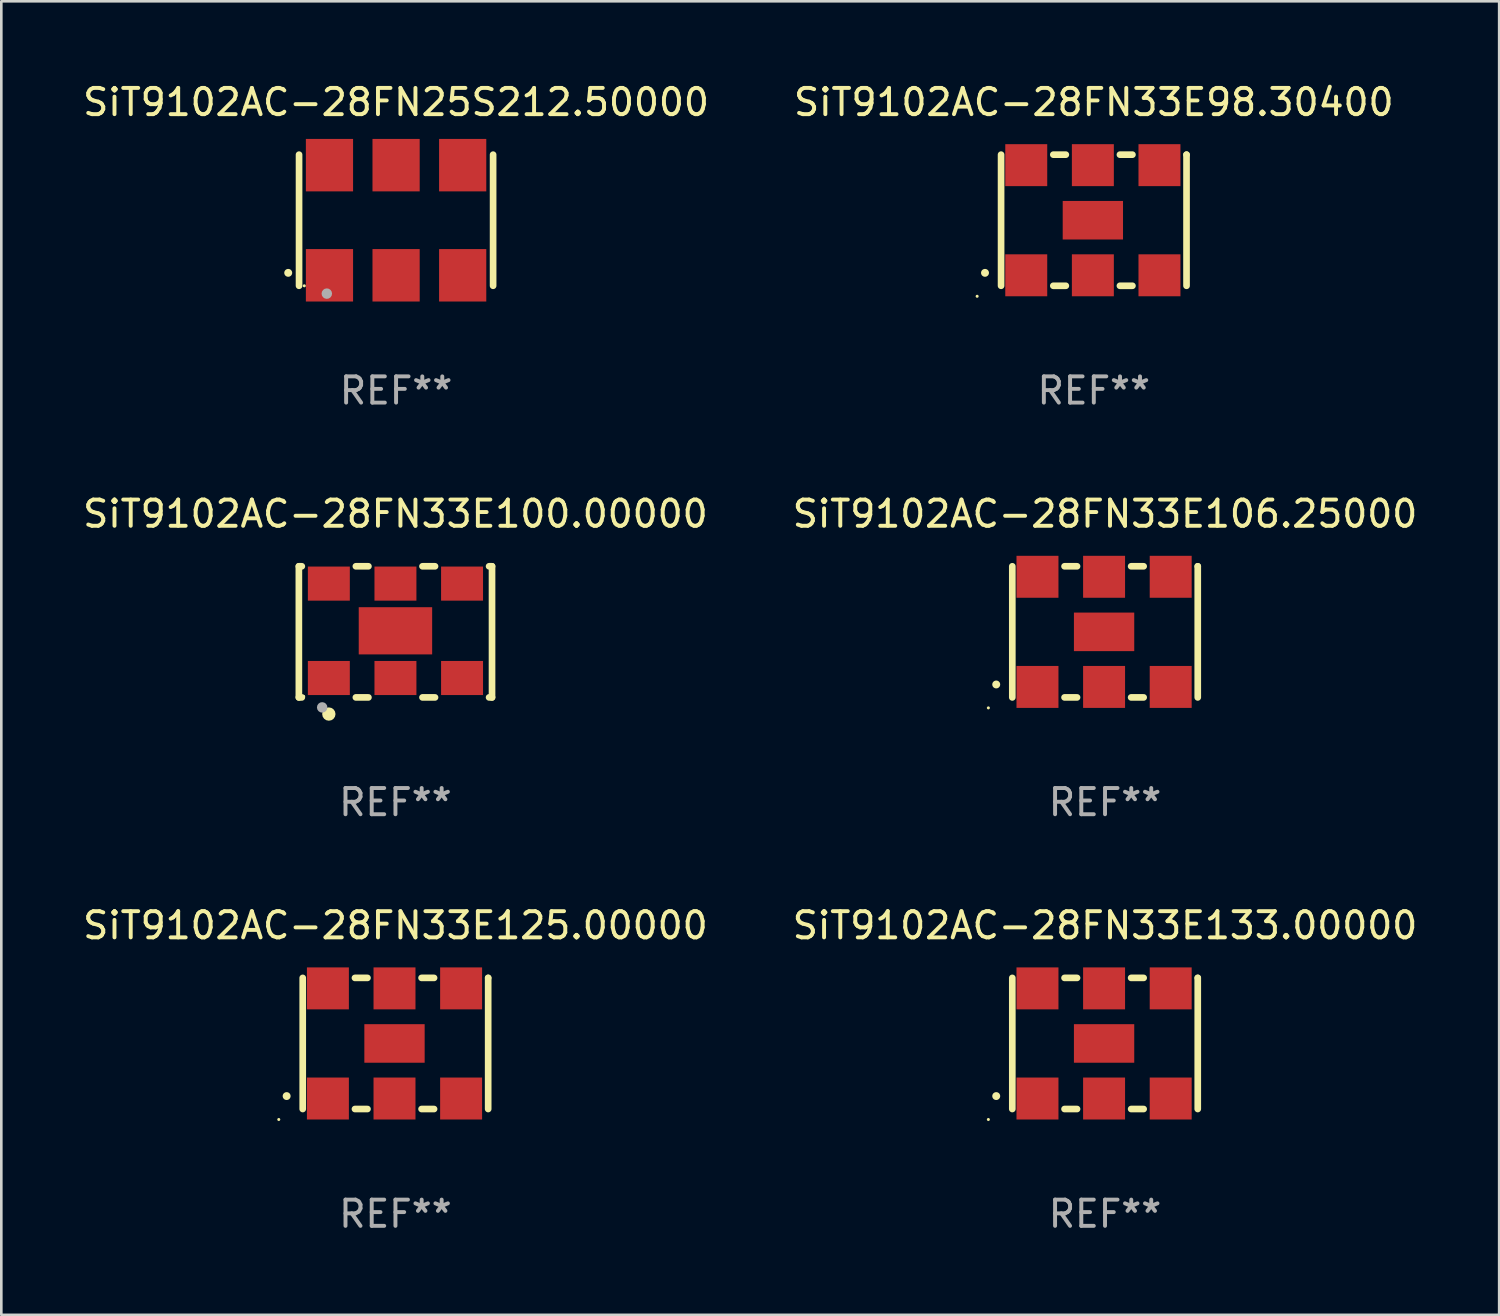
<source format=kicad_pcb>
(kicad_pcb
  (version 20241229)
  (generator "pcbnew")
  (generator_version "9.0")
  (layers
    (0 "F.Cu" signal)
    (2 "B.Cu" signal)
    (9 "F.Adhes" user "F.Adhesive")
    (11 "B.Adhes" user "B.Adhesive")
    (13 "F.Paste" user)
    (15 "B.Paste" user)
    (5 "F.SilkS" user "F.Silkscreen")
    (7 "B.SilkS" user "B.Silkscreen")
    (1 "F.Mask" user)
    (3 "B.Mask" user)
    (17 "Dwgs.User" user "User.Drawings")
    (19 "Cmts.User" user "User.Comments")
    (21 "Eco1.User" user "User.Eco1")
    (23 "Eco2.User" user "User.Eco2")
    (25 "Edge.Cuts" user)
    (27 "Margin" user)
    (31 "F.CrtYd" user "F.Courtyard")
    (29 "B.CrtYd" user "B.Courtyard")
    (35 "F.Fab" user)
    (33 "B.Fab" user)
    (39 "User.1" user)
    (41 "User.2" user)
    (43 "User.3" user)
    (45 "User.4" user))
  (footprint "SiT9102AC-28FN33E133.00000"
    (layer "F.Cu")
    (at 39.089 36.741)
    (property "Reference" "SiT9102AC-28FN33E133.00000" (at 0 -4.5 0) (layer "F.SilkS") (effects (font (size 1 1) (thickness 0.15))))
    (attr through_hole)
    (fp_line (start -3.536 -2.5) (end -3.536 2.5) (stroke (width 0.254) (type solid)) (layer "F.SilkS"))
    (fp_line (start -1.544 2.5) (end -1.067 2.5) (stroke (width 0.254) (type solid)) (layer "F.SilkS"))
    (fp_line (start -1.067 -2.5) (end -1.544 -2.5) (stroke (width 0.254) (type solid)) (layer "F.SilkS"))
    (fp_line (start 0.996 2.5) (end 1.473 2.5) (stroke (width 0.254) (type solid)) (layer "F.SilkS"))
    (fp_line (start 1.473 -2.5) (end 0.996 -2.5) (stroke (width 0.254) (type solid)) (layer "F.SilkS"))
    (fp_line (start 3.536 -2.5) (end 3.536 -2.5) (stroke (width 0.254) (type solid)) (layer "F.SilkS"))
    (fp_line (start 3.536 2.5) (end 3.536 -2.5) (stroke (width 0.254) (type solid)) (layer "F.SilkS"))
    (fp_arc (start -4.150432 2.006604) (mid -4.149162 2.006599) (end -4.147892 2.006604) (stroke (width 0.3) (type solid)) (layer "F.SilkS"))
    (fp_circle (center -4.449 2.9) (end -4.419 2.9) (stroke (width 0.06) (type solid)) (fill no) (layer "F.SilkS"))
    (fp_text user "REF**" (at 0 6.5 0) (layer "F.Fab") (effects (font (size 1 1) (thickness 0.15))))
    (pad "1" smd rect (at -2.576 2.1) (size 1.6 1.6) (layers "F.Cu" "F.Mask" "F.Paste"))
    (pad "2" smd rect (at -0.036 2.1) (size 1.6 1.6) (layers "F.Cu" "F.Mask" "F.Paste"))
    (pad "3" smd rect (at 2.504 2.1) (size 1.6 1.6) (layers "F.Cu" "F.Mask" "F.Paste"))
    (pad "4" smd rect (at 2.504 -2.1) (size 1.6 1.6) (layers "F.Cu" "F.Mask" "F.Paste"))
    (pad "5" smd rect (at -0.036 -2.1) (size 1.6 1.6) (layers "F.Cu" "F.Mask" "F.Paste"))
    (pad "6" smd rect (at -2.576 -2.1) (size 1.6 1.6) (layers "F.Cu" "F.Mask" "F.Paste"))
    (pad "7" smd rect (at -0.036 0) (size 2.3 1.47) (layers "F.Cu" "F.Mask" "F.Paste")))
  (footprint "SiT9102AC-28FN33E125.00000"
    (layer "F.Cu")
    (at 12.03 36.741)
    (property "Reference" "SiT9102AC-28FN33E125.00000" (at 0 -4.5 0) (layer "F.SilkS") (effects (font (size 1 1) (thickness 0.15))))
    (attr through_hole)
    (fp_line (start -3.536 -2.5) (end -3.536 2.5) (stroke (width 0.254) (type solid)) (layer "F.SilkS"))
    (fp_line (start -1.544 2.5) (end -1.067 2.5) (stroke (width 0.254) (type solid)) (layer "F.SilkS"))
    (fp_line (start -1.067 -2.5) (end -1.544 -2.5) (stroke (width 0.254) (type solid)) (layer "F.SilkS"))
    (fp_line (start 0.996 2.5) (end 1.473 2.5) (stroke (width 0.254) (type solid)) (layer "F.SilkS"))
    (fp_line (start 1.473 -2.5) (end 0.996 -2.5) (stroke (width 0.254) (type solid)) (layer "F.SilkS"))
    (fp_line (start 3.536 -2.5) (end 3.536 -2.5) (stroke (width 0.254) (type solid)) (layer "F.SilkS"))
    (fp_line (start 3.536 2.5) (end 3.536 -2.5) (stroke (width 0.254) (type solid)) (layer "F.SilkS"))
    (fp_arc (start -4.150432 2.006604) (mid -4.149162 2.006599) (end -4.147892 2.006604) (stroke (width 0.3) (type solid)) (layer "F.SilkS"))
    (fp_circle (center -4.449 2.9) (end -4.419 2.9) (stroke (width 0.06) (type solid)) (fill no) (layer "F.SilkS"))
    (fp_text user "REF**" (at 0 6.5 0) (layer "F.Fab") (effects (font (size 1 1) (thickness 0.15))))
    (pad "1" smd rect (at -2.576 2.1) (size 1.6 1.6) (layers "F.Cu" "F.Mask" "F.Paste"))
    (pad "2" smd rect (at -0.036 2.1) (size 1.6 1.6) (layers "F.Cu" "F.Mask" "F.Paste"))
    (pad "3" smd rect (at 2.504 2.1) (size 1.6 1.6) (layers "F.Cu" "F.Mask" "F.Paste"))
    (pad "4" smd rect (at 2.504 -2.1) (size 1.6 1.6) (layers "F.Cu" "F.Mask" "F.Paste"))
    (pad "5" smd rect (at -0.036 -2.1) (size 1.6 1.6) (layers "F.Cu" "F.Mask" "F.Paste"))
    (pad "6" smd rect (at -2.576 -2.1) (size 1.6 1.6) (layers "F.Cu" "F.Mask" "F.Paste"))
    (pad "7" smd rect (at -0.036 0) (size 2.3 1.47) (layers "F.Cu" "F.Mask" "F.Paste")))
  (footprint "SiT9102AC-28FN25S212.50000"
    (layer "F.Cu")
    (at 12.054 5.348)
    (property "Reference" "SiT9102AC-28FN25S212.50000" (at 0 -4.5 0) (layer "F.SilkS") (effects (font (size 1 1) (thickness 0.15))))
    (attr through_hole)
    (fp_line (start -3.7 -2.5) (end -3.7 2.5) (stroke (width 0.254) (type solid)) (layer "F.SilkS"))
    (fp_line (start 3.7 -2.5) (end 3.7 2.5) (stroke (width 0.254) (type solid)) (layer "F.SilkS"))
    (fp_arc (start -4.114415 2.006604) (mid -4.113145 2.006599) (end -4.111875 2.006604) (stroke (width 0.3) (type solid)) (layer "F.SilkS"))
    (fp_circle (center -3.5 2.501) (end -3.47 2.501) (stroke (width 0.06) (type solid)) (fill no) (layer "F.SilkS"))
    (fp_circle (center -2.641 2.799) (end -2.541 2.799) (stroke (width 0.2) (type solid)) (fill no) (layer "F.Fab"))
    (fp_text user "REF**" (at 0 6.5 0) (layer "F.Fab") (effects (font (size 1 1) (thickness 0.15))))
    (pad "1" smd rect (at -2.54 2.1) (size 1.8 2) (layers "F.Cu" "F.Mask" "F.Paste"))
    (pad "2" smd rect (at 0.000394 2.1) (size 1.8 2) (layers "F.Cu" "F.Mask" "F.Paste"))
    (pad "3" smd rect (at 2.54 2.1) (size 1.8 2) (layers "F.Cu" "F.Mask" "F.Paste"))
    (pad "4" smd rect (at 2.54 -2.1) (size 1.8 2) (layers "F.Cu" "F.Mask" "F.Paste"))
    (pad "5" smd rect (at 0.000394 -2.1) (size 1.8 2) (layers "F.Cu" "F.Mask" "F.Paste"))
    (pad "6" smd rect (at -2.54 -2.1) (size 1.8 2) (layers "F.Cu" "F.Mask" "F.Paste")))
  (footprint "SiT9102AC-28FN33E106.25000"
    (layer "F.Cu")
    (at 39.089 21.045)
    (property "Reference" "SiT9102AC-28FN33E106.25000" (at 0 -4.5 0) (layer "F.SilkS") (effects (font (size 1 1) (thickness 0.15))))
    (attr through_hole)
    (fp_line (start -3.536 -2.5) (end -3.536 2.5) (stroke (width 0.254) (type solid)) (layer "F.SilkS"))
    (fp_line (start -1.544 2.5) (end -1.067 2.5) (stroke (width 0.254) (type solid)) (layer "F.SilkS"))
    (fp_line (start -1.067 -2.5) (end -1.544 -2.5) (stroke (width 0.254) (type solid)) (layer "F.SilkS"))
    (fp_line (start 0.996 2.5) (end 1.473 2.5) (stroke (width 0.254) (type solid)) (layer "F.SilkS"))
    (fp_line (start 1.473 -2.5) (end 0.996 -2.5) (stroke (width 0.254) (type solid)) (layer "F.SilkS"))
    (fp_line (start 3.536 -2.5) (end 3.536 -2.5) (stroke (width 0.254) (type solid)) (layer "F.SilkS"))
    (fp_line (start 3.536 2.5) (end 3.536 -2.5) (stroke (width 0.254) (type solid)) (layer "F.SilkS"))
    (fp_arc (start -4.150432 2.006604) (mid -4.149162 2.006599) (end -4.147892 2.006604) (stroke (width 0.3) (type solid)) (layer "F.SilkS"))
    (fp_circle (center -4.449 2.9) (end -4.419 2.9) (stroke (width 0.06) (type solid)) (fill no) (layer "F.SilkS"))
    (fp_text user "REF**" (at 0 6.5 0) (layer "F.Fab") (effects (font (size 1 1) (thickness 0.15))))
    (pad "1" smd rect (at -2.576 2.1) (size 1.6 1.6) (layers "F.Cu" "F.Mask" "F.Paste"))
    (pad "2" smd rect (at -0.036 2.1) (size 1.6 1.6) (layers "F.Cu" "F.Mask" "F.Paste"))
    (pad "3" smd rect (at 2.504 2.1) (size 1.6 1.6) (layers "F.Cu" "F.Mask" "F.Paste"))
    (pad "4" smd rect (at 2.504 -2.1) (size 1.6 1.6) (layers "F.Cu" "F.Mask" "F.Paste"))
    (pad "5" smd rect (at -0.036 -2.1) (size 1.6 1.6) (layers "F.Cu" "F.Mask" "F.Paste"))
    (pad "6" smd rect (at -2.576 -2.1) (size 1.6 1.6) (layers "F.Cu" "F.Mask" "F.Paste"))
    (pad "7" smd rect (at -0.036 0) (size 2.3 1.47) (layers "F.Cu" "F.Mask" "F.Paste")))
  (footprint "SiT9102AC-28FN33E98.30400"
    (layer "F.Cu")
    (at 38.661 5.348)
    (property "Reference" "SiT9102AC-28FN33E98.30400" (at 0 -4.5 0) (layer "F.SilkS") (effects (font (size 1 1) (thickness 0.15))))
    (attr through_hole)
    (fp_line (start -3.536 -2.5) (end -3.536 2.5) (stroke (width 0.254) (type solid)) (layer "F.SilkS"))
    (fp_line (start -1.544 2.5) (end -1.067 2.5) (stroke (width 0.254) (type solid)) (layer "F.SilkS"))
    (fp_line (start -1.067 -2.5) (end -1.544 -2.5) (stroke (width 0.254) (type solid)) (layer "F.SilkS"))
    (fp_line (start 0.996 2.5) (end 1.473 2.5) (stroke (width 0.254) (type solid)) (layer "F.SilkS"))
    (fp_line (start 1.473 -2.5) (end 0.996 -2.5) (stroke (width 0.254) (type solid)) (layer "F.SilkS"))
    (fp_line (start 3.536 -2.5) (end 3.536 -2.5) (stroke (width 0.254) (type solid)) (layer "F.SilkS"))
    (fp_line (start 3.536 2.5) (end 3.536 -2.5) (stroke (width 0.254) (type solid)) (layer "F.SilkS"))
    (fp_arc (start -4.150432 2.006604) (mid -4.149162 2.006599) (end -4.147892 2.006604) (stroke (width 0.3) (type solid)) (layer "F.SilkS"))
    (fp_circle (center -4.449 2.9) (end -4.419 2.9) (stroke (width 0.06) (type solid)) (fill no) (layer "F.SilkS"))
    (fp_text user "REF**" (at 0 6.5 0) (layer "F.Fab") (effects (font (size 1 1) (thickness 0.15))))
    (pad "1" smd rect (at -2.576 2.1) (size 1.6 1.6) (layers "F.Cu" "F.Mask" "F.Paste"))
    (pad "2" smd rect (at -0.036 2.1) (size 1.6 1.6) (layers "F.Cu" "F.Mask" "F.Paste"))
    (pad "3" smd rect (at 2.504 2.1) (size 1.6 1.6) (layers "F.Cu" "F.Mask" "F.Paste"))
    (pad "4" smd rect (at 2.504 -2.1) (size 1.6 1.6) (layers "F.Cu" "F.Mask" "F.Paste"))
    (pad "5" smd rect (at -0.036 -2.1) (size 1.6 1.6) (layers "F.Cu" "F.Mask" "F.Paste"))
    (pad "6" smd rect (at -2.576 -2.1) (size 1.6 1.6) (layers "F.Cu" "F.Mask" "F.Paste"))
    (pad "7" smd rect (at -0.036 0) (size 2.3 1.47) (layers "F.Cu" "F.Mask" "F.Paste")))
  (footprint "SiT9102AC-28FN33E100.00000"
    (layer "F.Cu")
    (at 12.03 21.045)
    (property "Reference" "SiT9102AC-28FN33E100.00000" (at 0 -4.5 0) (layer "F.SilkS") (effects (font (size 1 1) (thickness 0.15))))
    (attr through_hole)
    (fp_line (start -3.683 -2.5) (end -3.571 -2.5) (stroke (width 0.254) (type solid)) (layer "F.SilkS"))
    (fp_line (start -3.683 2.5) (end -3.683 -2.5) (stroke (width 0.254) (type solid)) (layer "F.SilkS"))
    (fp_line (start -3.683 2.5) (end -3.571 2.5) (stroke (width 0.254) (type solid)) (layer "F.SilkS"))
    (fp_line (start -1.509 -2.5) (end -1.031 -2.5) (stroke (width 0.254) (type solid)) (layer "F.SilkS"))
    (fp_line (start -1.509 2.5) (end -1.031 2.5) (stroke (width 0.254) (type solid)) (layer "F.SilkS"))
    (fp_line (start 1.031 -2.5) (end 1.509 -2.5) (stroke (width 0.254) (type solid)) (layer "F.SilkS"))
    (fp_line (start 1.031 2.5) (end 1.509 2.5) (stroke (width 0.254) (type solid)) (layer "F.SilkS"))
    (fp_line (start 3.571 -2.5) (end 3.683 -2.5) (stroke (width 0.254) (type solid)) (layer "F.SilkS"))
    (fp_line (start 3.571 2.5) (end 3.683 2.5) (stroke (width 0.254) (type solid)) (layer "F.SilkS"))
    (fp_line (start 3.683 2.5) (end 3.683 -2.5) (stroke (width 0.254) (type solid)) (layer "F.SilkS"))
    (fp_circle (center -3.5 2.46) (end -3.47 2.46) (stroke (width 0.06) (type solid)) (fill no) (layer "F.SilkS"))
    (fp_circle (center -2.54 3.135) (end -2.413 3.135) (stroke (width 0.254) (type solid)) (fill no) (layer "F.SilkS"))
    (fp_circle (center -2.794 2.881) (end -2.694 2.881) (stroke (width 0.2) (type solid)) (fill no) (layer "F.Fab"))
    (fp_text user "REF**" (at 0 6.5 0) (layer "F.Fab") (effects (font (size 1 1) (thickness 0.15))))
    (pad "1" smd rect (at -2.54 1.76) (size 1.6 1.3) (layers "F.Cu" "F.Mask" "F.Paste"))
    (pad "2" smd rect (at 0 1.76) (size 1.6 1.3) (layers "F.Cu" "F.Mask" "F.Paste"))
    (pad "3" smd rect (at 2.54 1.76) (size 1.6 1.3) (layers "F.Cu" "F.Mask" "F.Paste"))
    (pad "4" smd rect (at 2.54 -1.84) (size 1.6 1.3) (layers "F.Cu" "F.Mask" "F.Paste"))
    (pad "5" smd rect (at 0 -1.84) (size 1.6 1.3) (layers "F.Cu" "F.Mask" "F.Paste"))
    (pad "6" smd rect (at -2.54 -1.84) (size 1.6 1.3) (layers "F.Cu" "F.Mask" "F.Paste"))
    (pad "7" smd rect (at 0 -0.04) (size 2.8 1.8) (layers "F.Cu" "F.Mask" "F.Paste")))
  (gr_rect
    (start -3 -3)
    (end 54.119 47.09)
    (stroke (width 0.1) (type default))
    (fill no)
    (layer "Edge.Cuts")))
</source>
